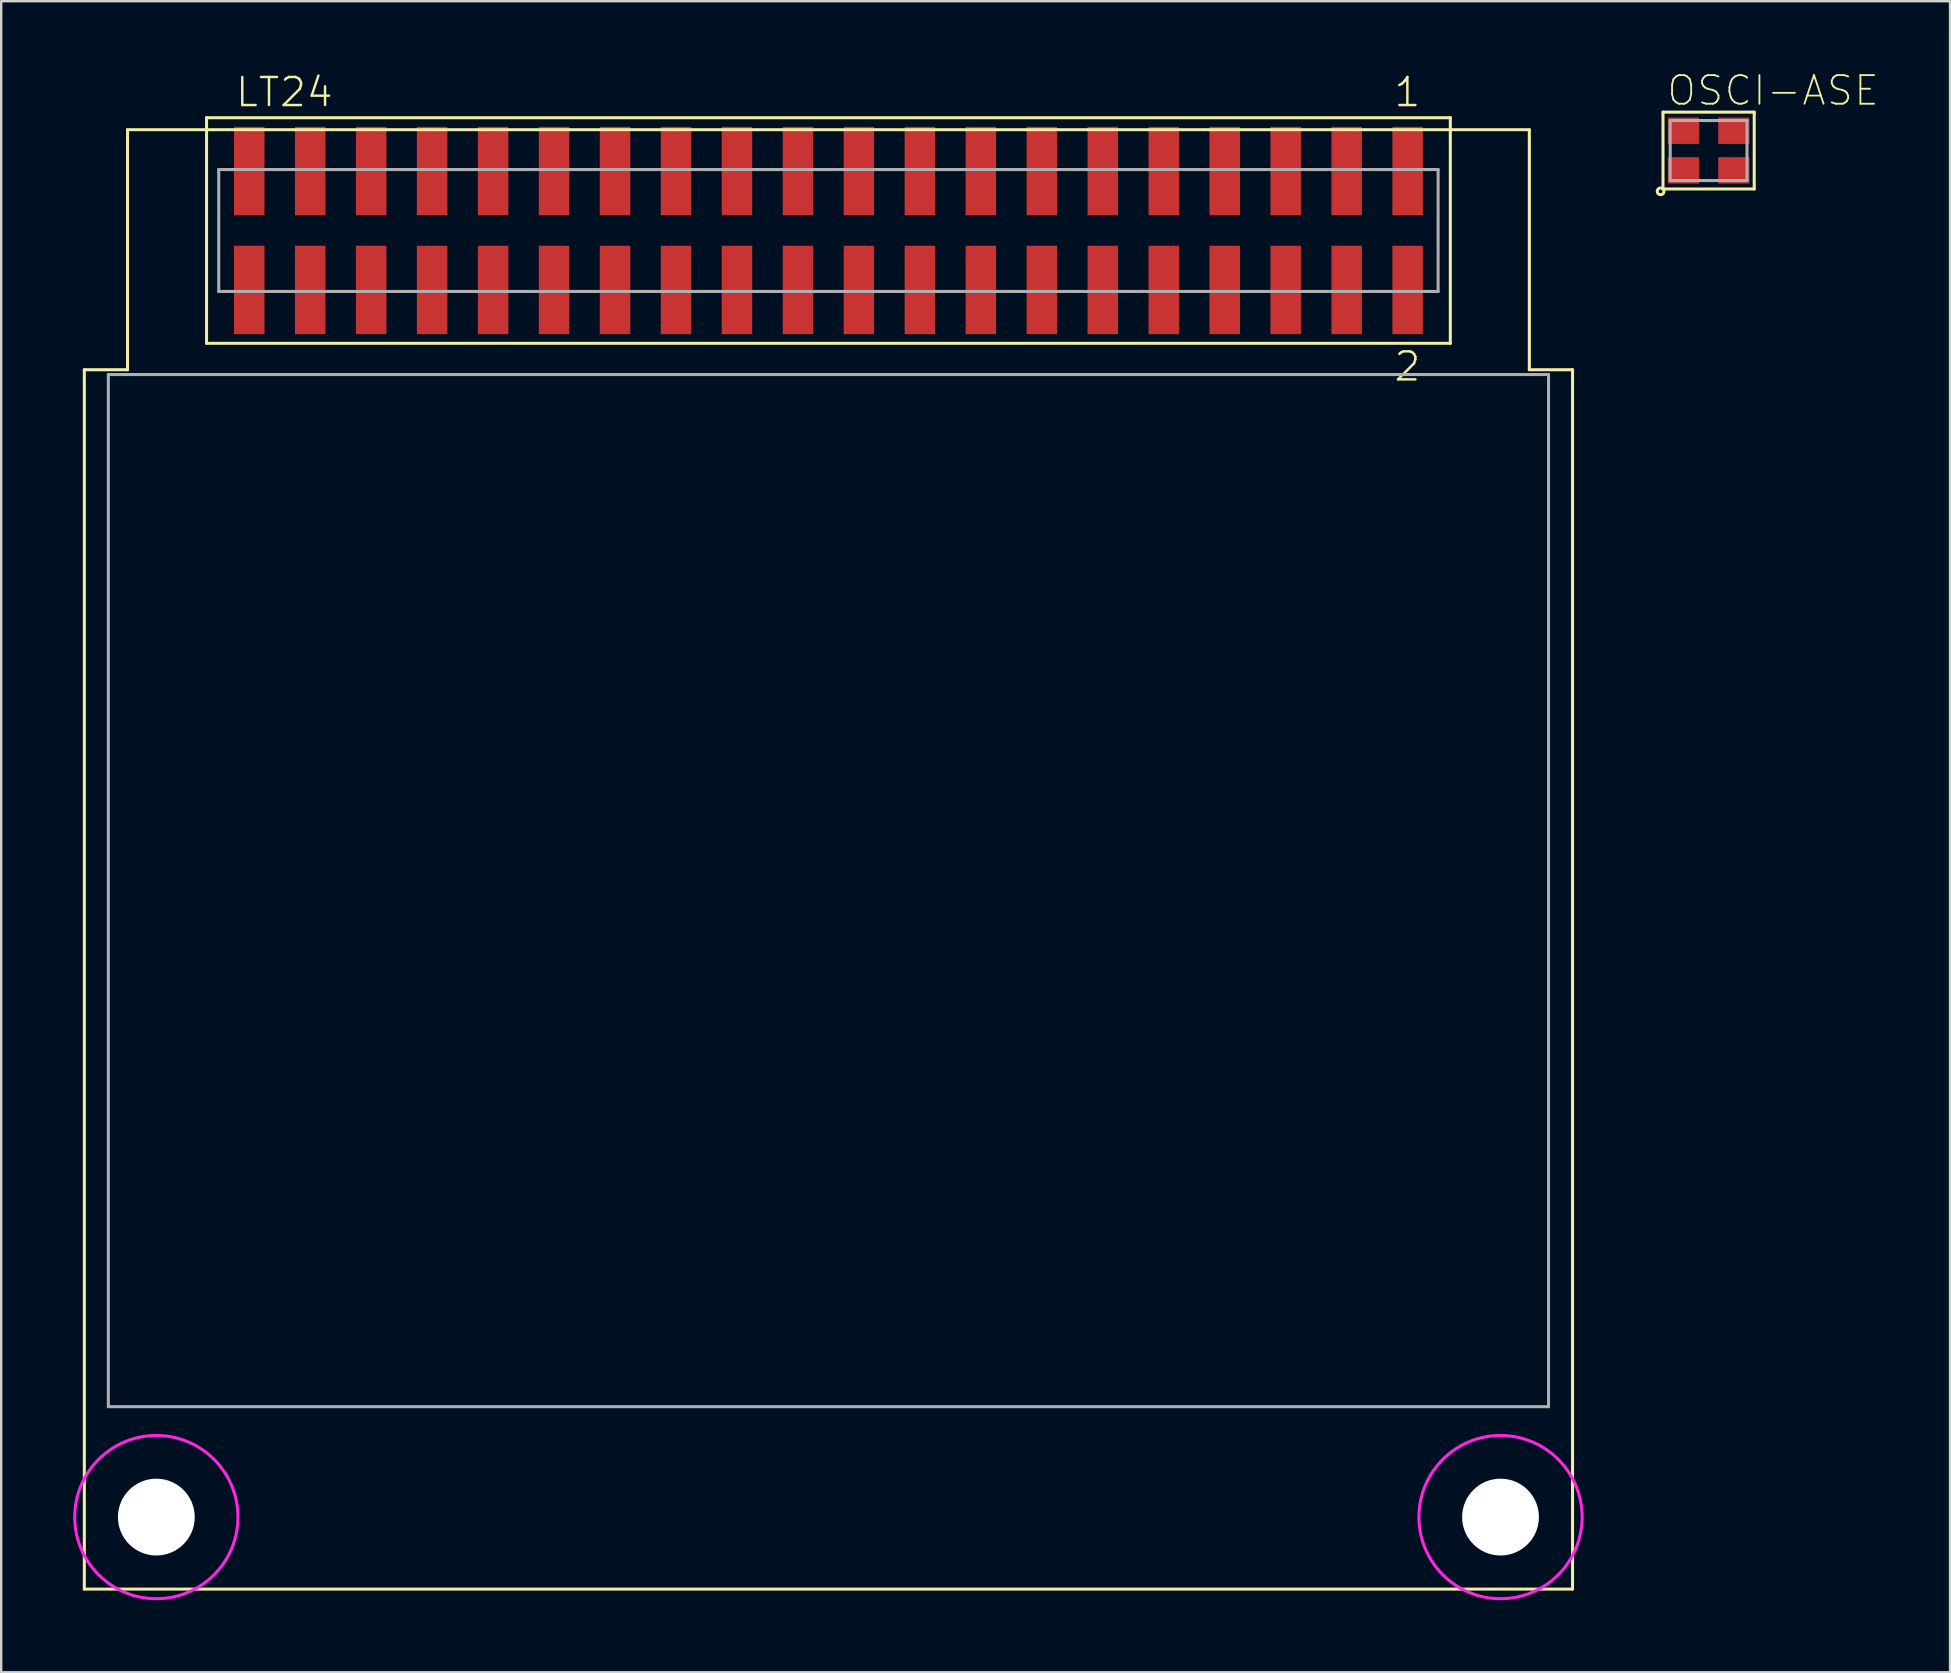
<source format=kicad_pcb>
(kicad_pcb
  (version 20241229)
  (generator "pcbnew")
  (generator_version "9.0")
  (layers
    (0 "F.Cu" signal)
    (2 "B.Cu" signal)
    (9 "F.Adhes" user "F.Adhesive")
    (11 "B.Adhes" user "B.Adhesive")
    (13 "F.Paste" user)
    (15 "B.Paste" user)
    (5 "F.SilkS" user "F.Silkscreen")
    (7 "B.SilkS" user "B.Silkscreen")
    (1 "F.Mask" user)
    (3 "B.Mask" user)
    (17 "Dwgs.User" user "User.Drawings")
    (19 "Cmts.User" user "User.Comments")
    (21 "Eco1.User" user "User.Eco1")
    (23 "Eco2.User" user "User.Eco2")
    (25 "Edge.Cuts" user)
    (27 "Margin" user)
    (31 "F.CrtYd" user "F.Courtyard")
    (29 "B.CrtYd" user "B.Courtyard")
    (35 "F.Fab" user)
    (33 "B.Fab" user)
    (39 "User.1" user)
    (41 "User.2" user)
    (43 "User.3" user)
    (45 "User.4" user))
  (footprint "LT24"
    (layer "F.Cu")
    (at 31.463 6.553)
    (property "Reference" "LT24" (at -24.765 -5.08 0) (unlocked yes) (layer "F.SilkS") (effects (font (size 1.168 1.168) (thickness 0.102)) (justify left bottom)))
    (fp_line (start -31 5.8) (end -29.2 5.8) (stroke (width 0.127) (type solid)) (layer "F.SilkS"))
    (fp_line (start -31 56.6) (end -31 5.8) (stroke (width 0.127) (type solid)) (layer "F.SilkS"))
    (fp_line (start -29.2 -4.2) (end 29.2 -4.2) (stroke (width 0.127) (type solid)) (layer "F.SilkS"))
    (fp_line (start -29.2 5.8) (end -29.2 -4.2) (stroke (width 0.127) (type solid)) (layer "F.SilkS"))
    (fp_line (start -25.908 -4.699) (end 25.908 -4.699) (stroke (width 0.127) (type solid)) (layer "F.SilkS"))
    (fp_line (start -25.908 4.699) (end -25.908 -4.699) (stroke (width 0.127) (type solid)) (layer "F.SilkS"))
    (fp_line (start 25.908 -4.699) (end 25.908 4.699) (stroke (width 0.127) (type solid)) (layer "F.SilkS"))
    (fp_line (start 25.908 4.699) (end -25.908 4.699) (stroke (width 0.127) (type solid)) (layer "F.SilkS"))
    (fp_line (start 29.2 -4.2) (end 29.2 5.8) (stroke (width 0.127) (type solid)) (layer "F.SilkS"))
    (fp_line (start 29.2 5.8) (end 31 5.8) (stroke (width 0.127) (type solid)) (layer "F.SilkS"))
    (fp_line (start 31 5.8) (end 31 56.6) (stroke (width 0.127) (type solid)) (layer "F.SilkS"))
    (fp_line (start 31 56.6) (end -31 56.6) (stroke (width 0.127) (type solid)) (layer "F.SilkS"))
    (fp_circle (center -28 53.6) (end -24.6 53.6) (stroke (width 0.127) (type solid)) (fill no) (layer "F.CrtYd"))
    (fp_circle (center 28 53.6) (end 31.4 53.6) (stroke (width 0.127) (type solid)) (fill no) (layer "F.CrtYd"))
    (fp_line (start -30 6) (end -30 49) (stroke (width 0.127) (type solid)) (layer "F.Fab"))
    (fp_line (start -30 49) (end 30 49) (stroke (width 0.127) (type solid)) (layer "F.Fab"))
    (fp_line (start -25.4 -2.54) (end 25.4 -2.54) (stroke (width 0.127) (type solid)) (layer "F.Fab"))
    (fp_line (start -25.4 2.54) (end -25.4 -2.54) (stroke (width 0.127) (type solid)) (layer "F.Fab"))
    (fp_line (start 25.4 -2.54) (end 25.4 2.54) (stroke (width 0.127) (type solid)) (layer "F.Fab"))
    (fp_line (start 25.4 2.54) (end -25.4 2.54) (stroke (width 0.127) (type solid)) (layer "F.Fab"))
    (fp_line (start 30 6) (end -30 6) (stroke (width 0.127) (type solid)) (layer "F.Fab"))
    (fp_line (start 30 49) (end 30 6) (stroke (width 0.127) (type solid)) (layer "F.Fab"))
    (fp_text user "1" (at 23.495 -5.08 0) (unlocked yes) (layer "F.SilkS") (effects (font (size 1.168 1.168) (thickness 0.102)) (justify left bottom)))
    (fp_text user "2" (at 23.495 6.35 0) (unlocked yes) (layer "F.SilkS") (effects (font (size 1.168 1.168) (thickness 0.102)) (justify left bottom)))
    (pad "" np_thru_hole circle (at -28 53.6) (size 3.2 3.2) (drill 3.2) (layers "*.Cu" "*.Mask"))
    (pad "" np_thru_hole circle (at 28 53.6) (size 3.2 3.2) (drill 3.2) (layers "*.Cu" "*.Mask"))
    (pad "1" smd rect (at 24.13 -2.477) (size 1.27 3.683) (layers "F.Cu" "F.Mask" "F.Paste"))
    (pad "2" smd rect (at 24.13 2.477) (size 1.27 3.683) (layers "F.Cu" "F.Mask" "F.Paste"))
    (pad "3" smd rect (at 21.59 -2.477) (size 1.27 3.683) (layers "F.Cu" "F.Mask" "F.Paste"))
    (pad "4" smd rect (at 21.59 2.477) (size 1.27 3.683) (layers "F.Cu" "F.Mask" "F.Paste"))
    (pad "5" smd rect (at 19.05 -2.477) (size 1.27 3.683) (layers "F.Cu" "F.Mask" "F.Paste"))
    (pad "6" smd rect (at 19.05 2.477) (size 1.27 3.683) (layers "F.Cu" "F.Mask" "F.Paste"))
    (pad "7" smd rect (at 16.51 -2.477) (size 1.27 3.683) (layers "F.Cu" "F.Mask" "F.Paste"))
    (pad "8" smd rect (at 16.51 2.477) (size 1.27 3.683) (layers "F.Cu" "F.Mask" "F.Paste"))
    (pad "9" smd rect (at 13.97 -2.477) (size 1.27 3.683) (layers "F.Cu" "F.Mask" "F.Paste"))
    (pad "10" smd rect (at 13.97 2.477) (size 1.27 3.683) (layers "F.Cu" "F.Mask" "F.Paste"))
    (pad "11" smd rect (at 11.43 -2.477) (size 1.27 3.683) (layers "F.Cu" "F.Mask" "F.Paste"))
    (pad "12" smd rect (at 11.43 2.477) (size 1.27 3.683) (layers "F.Cu" "F.Mask" "F.Paste"))
    (pad "13" smd rect (at 8.89 -2.477) (size 1.27 3.683) (layers "F.Cu" "F.Mask" "F.Paste"))
    (pad "14" smd rect (at 8.89 2.477) (size 1.27 3.683) (layers "F.Cu" "F.Mask" "F.Paste"))
    (pad "15" smd rect (at 6.35 -2.477) (size 1.27 3.683) (layers "F.Cu" "F.Mask" "F.Paste"))
    (pad "16" smd rect (at 6.35 2.477) (size 1.27 3.683) (layers "F.Cu" "F.Mask" "F.Paste"))
    (pad "17" smd rect (at 3.81 -2.477) (size 1.27 3.683) (layers "F.Cu" "F.Mask" "F.Paste"))
    (pad "18" smd rect (at 3.81 2.477) (size 1.27 3.683) (layers "F.Cu" "F.Mask" "F.Paste"))
    (pad "19" smd rect (at 1.27 -2.477) (size 1.27 3.683) (layers "F.Cu" "F.Mask" "F.Paste"))
    (pad "20" smd rect (at 1.27 2.477) (size 1.27 3.683) (layers "F.Cu" "F.Mask" "F.Paste"))
    (pad "21" smd rect (at -1.27 -2.477) (size 1.27 3.683) (layers "F.Cu" "F.Mask" "F.Paste"))
    (pad "22" smd rect (at -1.27 2.477) (size 1.27 3.683) (layers "F.Cu" "F.Mask" "F.Paste"))
    (pad "23" smd rect (at -3.81 -2.477) (size 1.27 3.683) (layers "F.Cu" "F.Mask" "F.Paste"))
    (pad "24" smd rect (at -3.81 2.477) (size 1.27 3.683) (layers "F.Cu" "F.Mask" "F.Paste"))
    (pad "25" smd rect (at -6.35 -2.477) (size 1.27 3.683) (layers "F.Cu" "F.Mask" "F.Paste"))
    (pad "26" smd rect (at -6.35 2.477) (size 1.27 3.683) (layers "F.Cu" "F.Mask" "F.Paste"))
    (pad "27" smd rect (at -8.89 -2.477) (size 1.27 3.683) (layers "F.Cu" "F.Mask" "F.Paste"))
    (pad "28" smd rect (at -8.89 2.477) (size 1.27 3.683) (layers "F.Cu" "F.Mask" "F.Paste"))
    (pad "29" smd rect (at -11.43 -2.477) (size 1.27 3.683) (layers "F.Cu" "F.Mask" "F.Paste"))
    (pad "30" smd rect (at -11.43 2.477) (size 1.27 3.683) (layers "F.Cu" "F.Mask" "F.Paste"))
    (pad "31" smd rect (at -13.97 -2.477) (size 1.27 3.683) (layers "F.Cu" "F.Mask" "F.Paste"))
    (pad "32" smd rect (at -13.97 2.477) (size 1.27 3.683) (layers "F.Cu" "F.Mask" "F.Paste"))
    (pad "33" smd rect (at -16.51 -2.477) (size 1.27 3.683) (layers "F.Cu" "F.Mask" "F.Paste"))
    (pad "34" smd rect (at -16.51 2.477) (size 1.27 3.683) (layers "F.Cu" "F.Mask" "F.Paste"))
    (pad "35" smd rect (at -19.05 -2.477) (size 1.27 3.683) (layers "F.Cu" "F.Mask" "F.Paste"))
    (pad "36" smd rect (at -19.05 2.477) (size 1.27 3.683) (layers "F.Cu" "F.Mask" "F.Paste"))
    (pad "37" smd rect (at -21.59 -2.477) (size 1.27 3.683) (layers "F.Cu" "F.Mask" "F.Paste"))
    (pad "38" smd rect (at -21.59 2.477) (size 1.27 3.683) (layers "F.Cu" "F.Mask" "F.Paste"))
    (pad "39" smd rect (at -24.13 -2.477) (size 1.27 3.683) (layers "F.Cu" "F.Mask" "F.Paste"))
    (pad "40" smd rect (at -24.13 2.477) (size 1.27 3.683) (layers "F.Cu" "F.Mask" "F.Paste")))
  (footprint "OSCI-ASE"
    (layer "F.Cu")
    (at 68.132 3.222)
    (property "Reference" "OSCI-ASE" (at -1.8 -1.8 0) (unlocked yes) (layer "F.SilkS") (effects (font (size 1.194 1.194) (thickness 0.076)) (justify left bottom)))
    (fp_line (start -1.9 -1.6) (end 1.9 -1.6) (stroke (width 0.127) (type solid)) (layer "F.SilkS"))
    (fp_line (start -1.9 1.6) (end -1.9 -1.6) (stroke (width 0.127) (type solid)) (layer "F.SilkS"))
    (fp_line (start 1.9 -1.6) (end 1.9 1.6) (stroke (width 0.127) (type solid)) (layer "F.SilkS"))
    (fp_line (start 1.9 1.6) (end -1.9 1.6) (stroke (width 0.127) (type solid)) (layer "F.SilkS"))
    (fp_circle (center -2 1.7) (end -1.859 1.7) (stroke (width 0.127) (type solid)) (fill no) (layer "F.SilkS"))
    (fp_line (start -1.6 -1.25) (end 1.6 -1.25) (stroke (width 0.127) (type solid)) (layer "F.Fab"))
    (fp_line (start -1.6 1.25) (end -1.6 -1.25) (stroke (width 0.127) (type solid)) (layer "F.Fab"))
    (fp_line (start 1.6 -1.25) (end 1.6 1.25) (stroke (width 0.127) (type solid)) (layer "F.Fab"))
    (fp_line (start 1.6 1.25) (end -1.6 1.25) (stroke (width 0.127) (type solid)) (layer "F.Fab"))
    (pad "1" smd rect (at -1.05 0.825) (size 1.3 1.1) (layers "F.Cu" "F.Mask" "F.Paste"))
    (pad "2" smd rect (at 1.05 0.825) (size 1.3 1.1) (layers "F.Cu" "F.Mask" "F.Paste"))
    (pad "3" smd rect (at 1.05 -0.825) (size 1.3 1.1) (layers "F.Cu" "F.Mask" "F.Paste"))
    (pad "4" smd rect (at -1.05 -0.825) (size 1.3 1.1) (layers "F.Cu" "F.Mask" "F.Paste")))
  (gr_rect
    (start -3 -3)
    (end 78.19 66.617)
    (stroke (width 0.1) (type default))
    (fill no)
    (layer "Edge.Cuts")))
</source>
